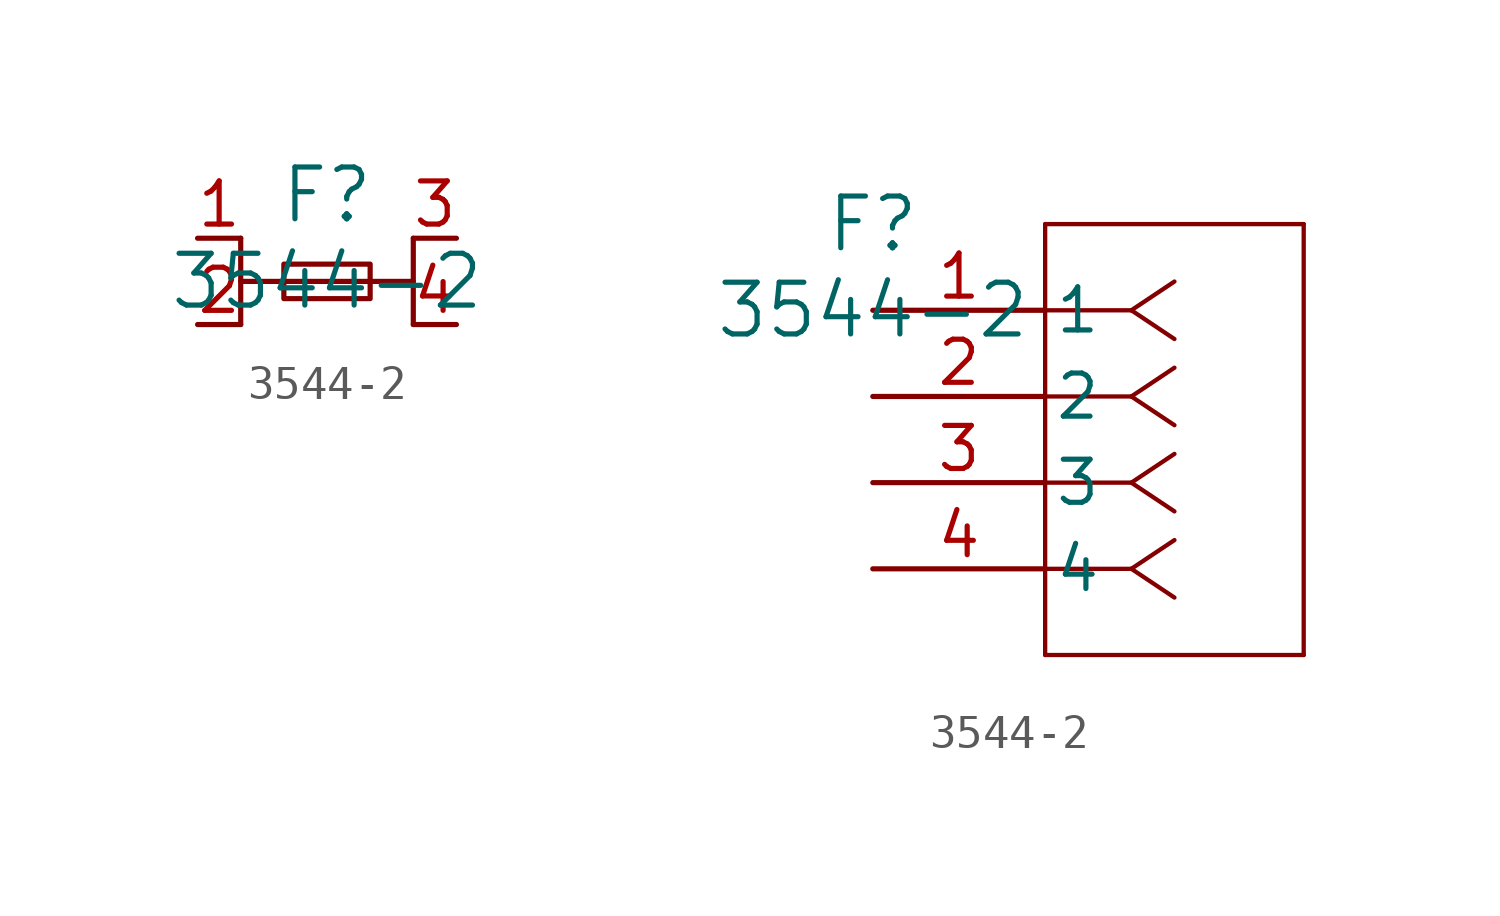
<source format=kicad_sym>
(kicad_symbol_lib
  (version 20231120)
  (generator "kicad_symbol_editor")
  (generator_version "8.0")
  (symbol "3544-2"
    (pin_names
      (offset 0.254))
    (property "Reference" "F"
      (at 0 2.54 0)
      (effects (font (size 1.524 1.524))))
    (property "Value" "3544-2"
      (at 0 0 0)
      (effects (font (size 1.524 1.524))))
    (property "ki_locked" ""
      (at 0 0 0)
      (effects (font (size 1.27 1.27))))
    (symbol "3544-2_0_1"
      (rectangle (start -1.27 0.508) (end 1.27 -0.508) (stroke (width 0) (type default)) (fill (type none)))
      (polyline (pts (xy -2.54 0) (xy 2.54 0)) (stroke (width 0) (type default)) (fill (type none))))
    (symbol "3544-2_1_1"
      (polyline (pts (xy -2.54 -1.27) (xy -2.54 1.27)) (stroke (width 0) (type default)) (fill (type none)))
      (polyline (pts (xy 2.54 -1.27) (xy 2.54 1.27)) (stroke (width 0) (type default)) (fill (type none)))
      (pin passive line (at -3.81 1.27 0) (length 1.27) (name "~" (effects (font (size 1.27 1.27)))) (number "1" (effects (font (size 1.27 1.27)))))
      (pin passive line (at -3.81 -1.27 0) (length 1.27) (name "~" (effects (font (size 1.27 1.27)))) (number "2" (effects (font (size 1.27 1.27)))))
      (pin passive line (at 3.81 1.27 180) (length 1.27) (name "~" (effects (font (size 1.27 1.27)))) (number "3" (effects (font (size 1.27 1.27)))))
      (pin passive line (at 3.81 -1.27 180) (length 1.27) (name "~" (effects (font (size 1.27 1.27)))) (number "4" (effects (font (size 1.27 1.27))))))
    (symbol "3544-2_1_2"
      (polyline (pts (xy 5.08 -10.16) (xy 12.7 -10.16)) (stroke (width 0.127) (type default)) (fill (type none)))
      (polyline (pts (xy 5.08 2.54) (xy 5.08 -10.16)) (stroke (width 0.127) (type default)) (fill (type none)))
      (polyline (pts (xy 7.62 -7.62) (xy 5.08 -7.62)) (stroke (width 0.127) (type default)) (fill (type none)))
      (polyline (pts (xy 7.62 -7.62) (xy 8.89 -8.467)) (stroke (width 0.127) (type default)) (fill (type none)))
      (polyline (pts (xy 7.62 -7.62) (xy 8.89 -6.773)) (stroke (width 0.127) (type default)) (fill (type none)))
      (polyline (pts (xy 7.62 -5.08) (xy 5.08 -5.08)) (stroke (width 0.127) (type default)) (fill (type none)))
      (polyline (pts (xy 7.62 -5.08) (xy 8.89 -5.927)) (stroke (width 0.127) (type default)) (fill (type none)))
      (polyline (pts (xy 7.62 -5.08) (xy 8.89 -4.233)) (stroke (width 0.127) (type default)) (fill (type none)))
      (polyline (pts (xy 7.62 -2.54) (xy 5.08 -2.54)) (stroke (width 0.127) (type default)) (fill (type none)))
      (polyline (pts (xy 7.62 -2.54) (xy 8.89 -3.387)) (stroke (width 0.127) (type default)) (fill (type none)))
      (polyline (pts (xy 7.62 -2.54) (xy 8.89 -1.693)) (stroke (width 0.127) (type default)) (fill (type none)))
      (polyline (pts (xy 7.62 0) (xy 5.08 0)) (stroke (width 0.127) (type default)) (fill (type none)))
      (polyline (pts (xy 7.62 0) (xy 8.89 -0.847)) (stroke (width 0.127) (type default)) (fill (type none)))
      (polyline (pts (xy 7.62 0) (xy 8.89 0.847)) (stroke (width 0.127) (type default)) (fill (type none)))
      (polyline (pts (xy 12.7 -10.16) (xy 12.7 2.54)) (stroke (width 0.127) (type default)) (fill (type none)))
      (polyline (pts (xy 12.7 2.54) (xy 5.08 2.54)) (stroke (width 0.127) (type default)) (fill (type none)))
      (pin unspecified line (at 0 0 0) (length 5.08) (name "1" (effects (font (size 1.27 1.27)))) (number "1" (effects (font (size 1.27 1.27)))))
      (pin unspecified line (at 0 -2.54 0) (length 5.08) (name "2" (effects (font (size 1.27 1.27)))) (number "2" (effects (font (size 1.27 1.27)))))
      (pin unspecified line (at 0 -5.08 0) (length 5.08) (name "3" (effects (font (size 1.27 1.27)))) (number "3" (effects (font (size 1.27 1.27)))))
      (pin unspecified line (at 0 -7.62 0) (length 5.08) (name "4" (effects (font (size 1.27 1.27)))) (number "4" (effects (font (size 1.27 1.27))))))))
</source>
